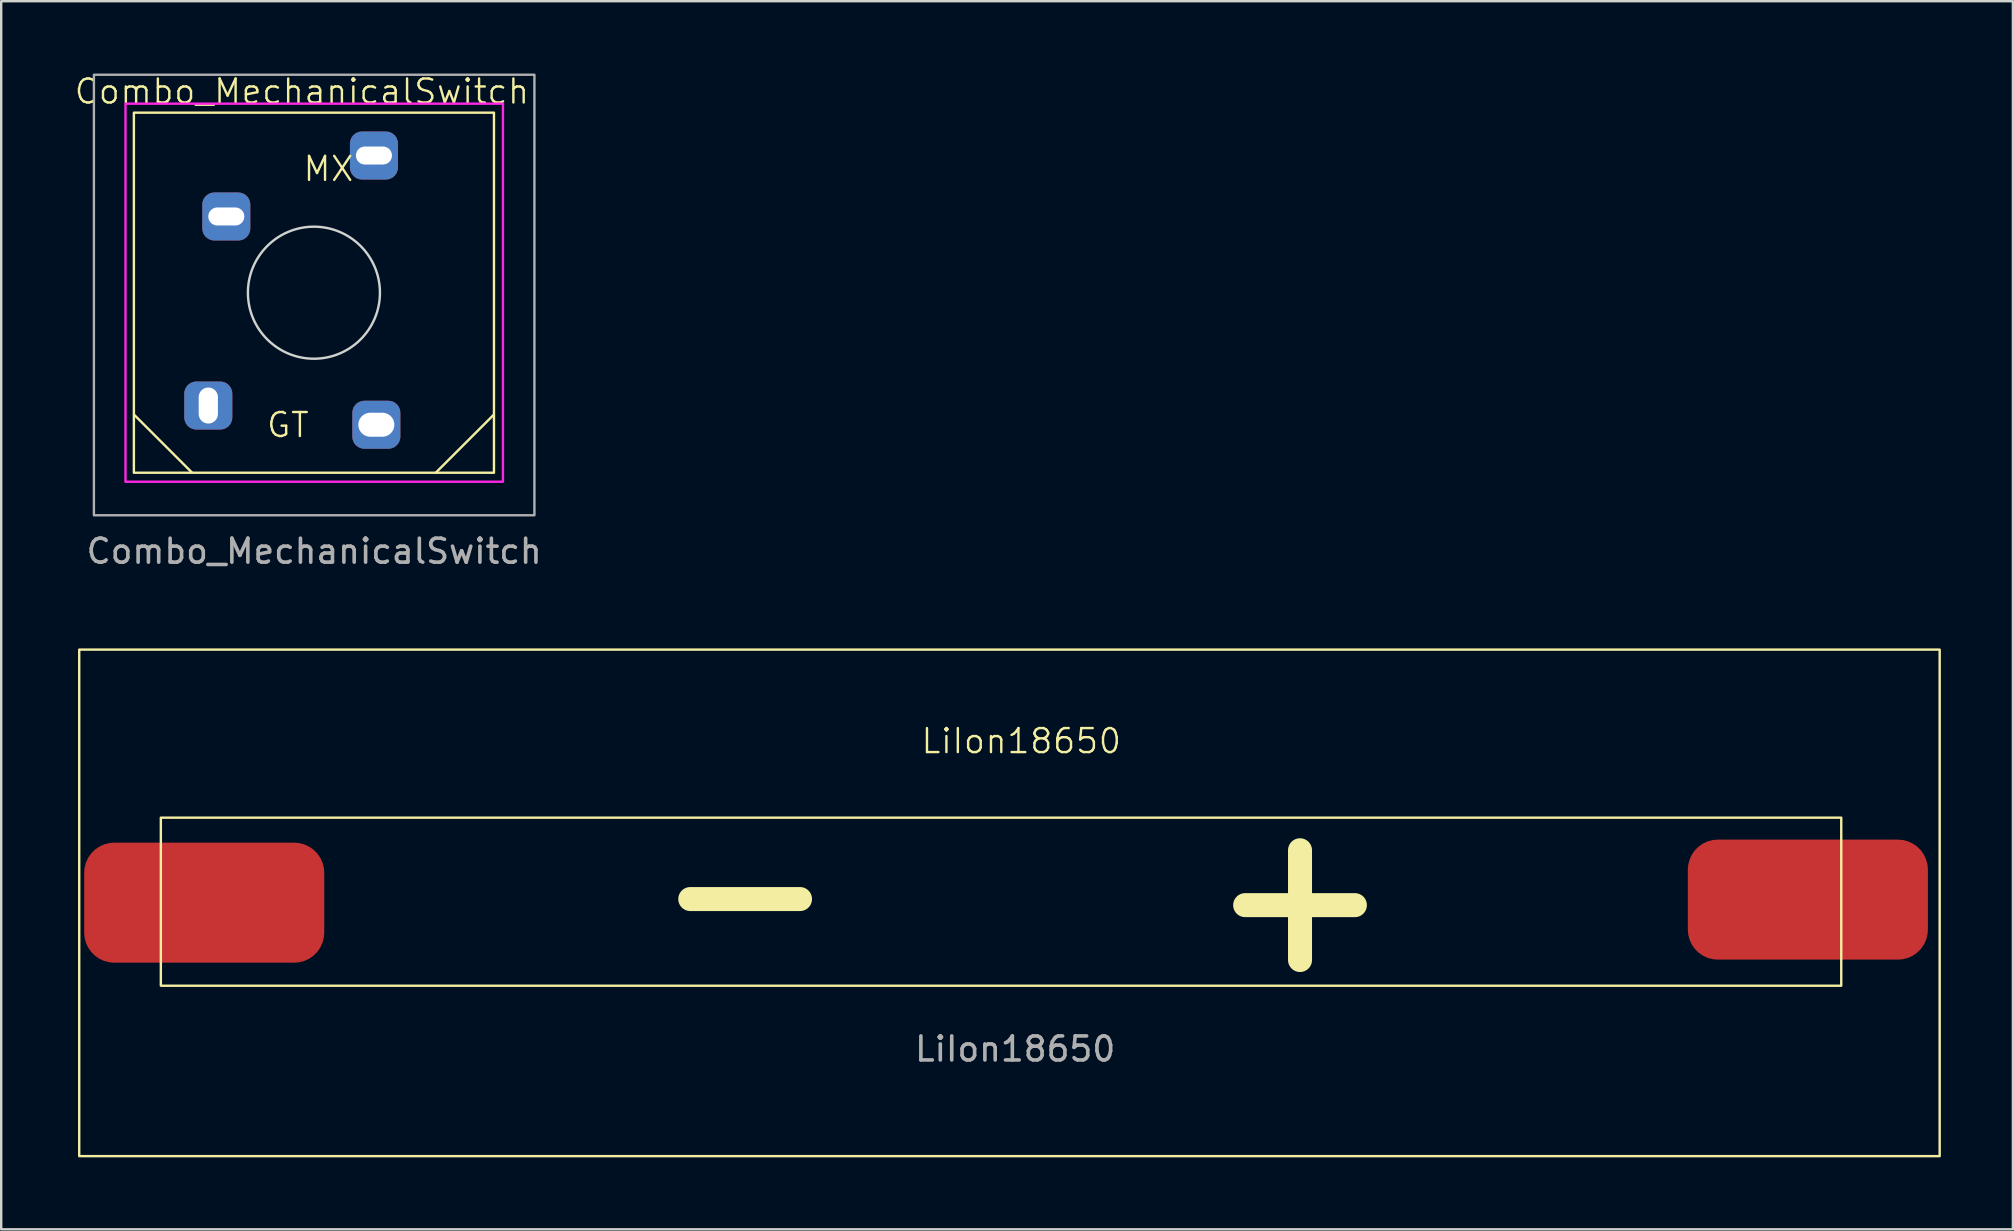
<source format=kicad_pcb>
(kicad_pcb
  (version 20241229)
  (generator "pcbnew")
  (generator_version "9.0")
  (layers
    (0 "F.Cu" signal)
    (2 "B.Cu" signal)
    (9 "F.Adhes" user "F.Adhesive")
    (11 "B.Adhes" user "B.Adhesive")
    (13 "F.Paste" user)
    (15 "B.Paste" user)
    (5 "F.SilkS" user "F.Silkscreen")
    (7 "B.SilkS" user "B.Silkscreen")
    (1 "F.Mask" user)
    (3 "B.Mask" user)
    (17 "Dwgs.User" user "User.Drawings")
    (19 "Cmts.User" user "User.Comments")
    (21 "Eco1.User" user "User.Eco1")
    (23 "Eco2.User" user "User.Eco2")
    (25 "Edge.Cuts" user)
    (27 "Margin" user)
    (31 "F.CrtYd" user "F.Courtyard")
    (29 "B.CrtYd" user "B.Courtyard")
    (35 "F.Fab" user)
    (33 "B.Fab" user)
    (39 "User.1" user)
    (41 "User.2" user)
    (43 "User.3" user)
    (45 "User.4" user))
  (footprint "LiIon18650"
    (layer "F.Cu")
    (at 0.25 24.011)
    (property "Reference" "LiIon18650" (at 39.243 3.81 0) (unlocked yes) (layer "F.SilkS") (effects (font (size 1 1) (thickness 0.1))))
    (attr smd)
    (fp_rect (start 0 0) (end 77.5 21.1) (stroke (width 0.1) (type default)) (fill no) (layer "F.SilkS"))
    (fp_rect (start 3.4 7) (end 73.4 14) (stroke (width 0.1) (type default)) (fill no) (layer "F.SilkS"))
    (fp_text user "+" (at 46.482 13.716 0) (unlocked yes) (layer "F.SilkS") (effects (font (size 6 6) (thickness 1) (bold yes)) (justify left bottom)))
    (fp_text user "-" (at 23.368 13.462 0) (unlocked yes) (layer "F.SilkS") (effects (font (size 6 6) (thickness 1) (bold yes)) (justify left bottom)))
    (fp_text user "${REFERENCE}" (at 38.989 16.637 0) (unlocked yes) (layer "F.Fab") (effects (font (size 1 1) (thickness 0.15))))
    (pad "1" smd roundrect (at 72.009 10.414) (size 10 5) (layers "F.Cu" "F.Mask" "F.Paste") (roundrect_rratio 0.25))
    (pad "2" smd roundrect (at 5.207 10.541) (size 10 5) (layers "F.Cu" "F.Mask" "F.Paste") (roundrect_rratio 0.25)))
  (footprint "Combo_MechanicalSwitch"
    (layer "F.Cu")
    (at 10.027 9.143)
    (property "Reference" "Combo_MechanicalSwitch" (at -0.501 -8.382 0) (unlocked yes) (layer "F.SilkS") (effects (font (size 1 1) (thickness 0.1))))
    (attr through_hole)
    (fp_line (start -7.493 5.08) (end -5.08 7.493) (stroke (width 0.1) (type default)) (layer "F.SilkS"))
    (fp_line (start 7.493 5.08) (end 5.08 7.493) (stroke (width 0.1) (type default)) (layer "F.SilkS"))
    (fp_rect (start 7.5 -7.5) (end -7.5 7.5) (stroke (width 0.1) (type default)) (fill no) (layer "F.SilkS"))
    (fp_circle (center 0 0) (end 2.75 0) (stroke (width 0.1) (type default)) (fill no) (layer "Edge.Cuts"))
    (fp_rect (start -7.85 -7.874) (end 7.874 7.874) (stroke (width 0.1) (type default)) (fill no) (layer "F.CrtYd"))
    (fp_rect (start -9.165 -9.08) (end 9.185 9.27) (stroke (width 0.1) (type default)) (fill no) (layer "F.Fab"))
    (fp_text user "GT" (at -2.032 6.096 0) (unlocked yes) (layer "F.SilkS") (effects (font (size 1 1) (thickness 0.1)) (justify left bottom)))
    (fp_text user "MX" (at -0.508 -4.572 0) (unlocked yes) (layer "F.SilkS") (effects (font (size 1 1) (thickness 0.1)) (justify left bottom)))
    (fp_text user "${REFERENCE}" (at 0.01 10.77 0) (unlocked yes) (layer "F.Fab") (effects (font (size 1 1) (thickness 0.15))))
    (pad "1" thru_hole roundrect (at 2.5 -5.715) (size 2 2) (drill oval 1.5 0.75) (layers "*.Cu" "*.Mask") (roundrect_rratio 0.25))
    (pad "1" thru_hole roundrect (at 2.6 5.5) (size 2 2) (drill oval 1.5 1) (layers "*.Cu" "*.Mask") (roundrect_rratio 0.25))
    (pad "2" thru_hole roundrect (at -4.4 4.7) (size 2 2) (drill oval 0.8 1.5) (layers "*.Cu" "*.Mask") (roundrect_rratio 0.25))
    (pad "2" thru_hole roundrect (at -3.65 -3.175) (size 2 2) (drill oval 1.5 0.75) (layers "*.Cu" "*.Mask") (roundrect_rratio 0.25)))
  (gr_rect
    (start -3 -3)
    (end 80.8 48.161)
    (stroke (width 0.1) (type default))
    (fill no)
    (layer "Edge.Cuts")))
</source>
